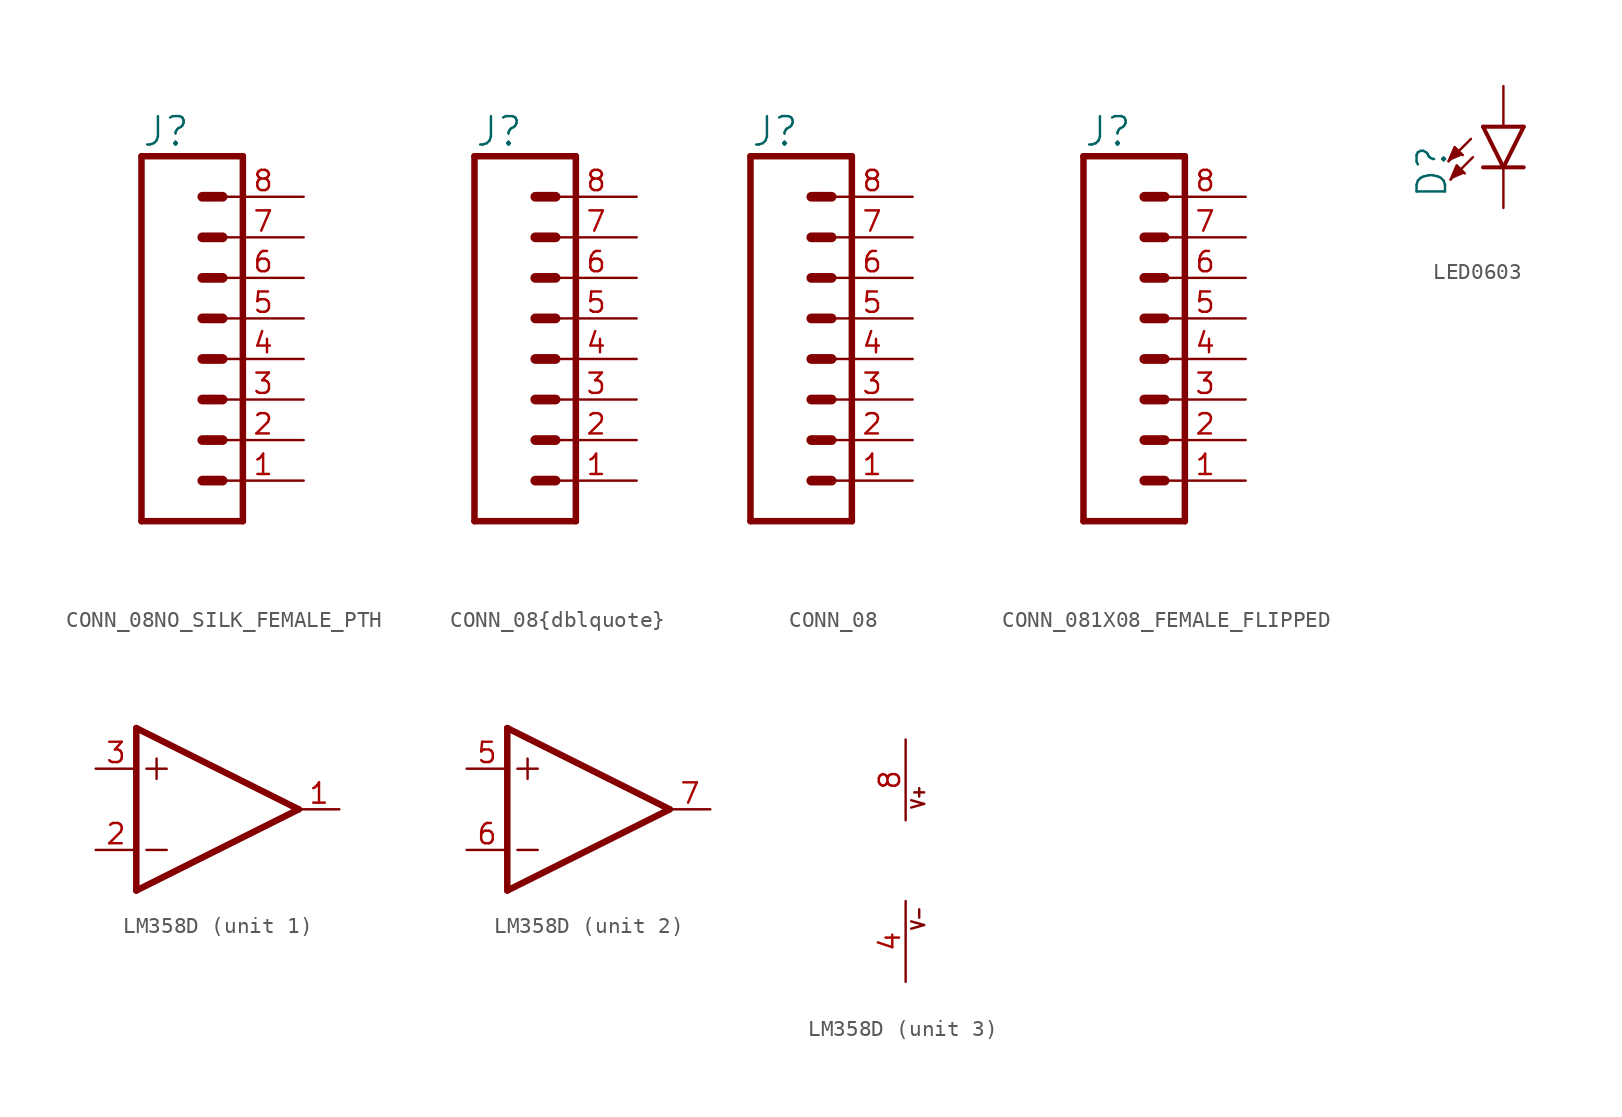
<source format=kicad_sym>
(kicad_symbol_lib
  (version 20241209)
  (generator "kicad_symbol_editor")
  (generator_version "9.0")
  (symbol "CONN_08NO_SILK_FEMALE_PTH"
    (property "Reference" "J"
      (at -5.08 13.208 0)
      (effects (font (size 1.778 1.778)) (justify left bottom)))
    (property "Value" ""
      (at -5.08 -12.446 0)
      (effects (font (size 1.778 1.778)) (justify left bottom)))
    (property "ki_locked" ""
      (at 0 0 0)
      (effects (font (size 1.27 1.27))))
    (symbol "CONN_08NO_SILK_FEMALE_PTH_1_0"
      (polyline (pts (xy -5.08 12.7) (xy -5.08 -10.16)) (stroke (width 0.406) (type solid)) (fill (type none)))
      (polyline (pts (xy -5.08 12.7) (xy 1.27 12.7)) (stroke (width 0.406) (type solid)) (fill (type none)))
      (polyline (pts (xy -1.27 10.16) (xy 0 10.16)) (stroke (width 0.61) (type solid)) (fill (type none)))
      (polyline (pts (xy -1.27 7.62) (xy 0 7.62)) (stroke (width 0.61) (type solid)) (fill (type none)))
      (polyline (pts (xy -1.27 5.08) (xy 0 5.08)) (stroke (width 0.61) (type solid)) (fill (type none)))
      (polyline (pts (xy -1.27 2.54) (xy 0 2.54)) (stroke (width 0.61) (type solid)) (fill (type none)))
      (polyline (pts (xy -1.27 0) (xy 0 0)) (stroke (width 0.61) (type solid)) (fill (type none)))
      (polyline (pts (xy -1.27 -2.54) (xy 0 -2.54)) (stroke (width 0.61) (type solid)) (fill (type none)))
      (polyline (pts (xy -1.27 -5.08) (xy 0 -5.08)) (stroke (width 0.61) (type solid)) (fill (type none)))
      (polyline (pts (xy -1.27 -7.62) (xy 0 -7.62)) (stroke (width 0.61) (type solid)) (fill (type none)))
      (polyline (pts (xy 1.27 -10.16) (xy -5.08 -10.16)) (stroke (width 0.406) (type solid)) (fill (type none)))
      (polyline (pts (xy 1.27 -10.16) (xy 1.27 12.7)) (stroke (width 0.406) (type solid)) (fill (type none)))
      (pin passive line (at 5.08 10.16 180) (length 5.08) (name "8" (effects (font (size 0 0)))) (number "8" (effects (font (size 1.27 1.27)))))
      (pin passive line (at 5.08 7.62 180) (length 5.08) (name "7" (effects (font (size 0 0)))) (number "7" (effects (font (size 1.27 1.27)))))
      (pin passive line (at 5.08 5.08 180) (length 5.08) (name "6" (effects (font (size 0 0)))) (number "6" (effects (font (size 1.27 1.27)))))
      (pin passive line (at 5.08 2.54 180) (length 5.08) (name "5" (effects (font (size 0 0)))) (number "5" (effects (font (size 1.27 1.27)))))
      (pin passive line (at 5.08 0 180) (length 5.08) (name "4" (effects (font (size 0 0)))) (number "4" (effects (font (size 1.27 1.27)))))
      (pin passive line (at 5.08 -2.54 180) (length 5.08) (name "3" (effects (font (size 0 0)))) (number "3" (effects (font (size 1.27 1.27)))))
      (pin passive line (at 5.08 -5.08 180) (length 5.08) (name "2" (effects (font (size 0 0)))) (number "2" (effects (font (size 1.27 1.27)))))
      (pin passive line (at 5.08 -7.62 180) (length 5.08) (name "1" (effects (font (size 0 0)))) (number "1" (effects (font (size 1.27 1.27)))))))
  (symbol "CONN_08{dblquote}"
    (property "Reference" "J"
      (at -5.08 13.208 0)
      (effects (font (size 1.778 1.778)) (justify left bottom)))
    (property "Value" ""
      (at -5.08 -12.446 0)
      (effects (font (size 1.778 1.778)) (justify left bottom)))
    (property "ki_locked" ""
      (at 0 0 0)
      (effects (font (size 1.27 1.27))))
    (symbol "CONN_08{dblquote}_1_0"
      (polyline (pts (xy -5.08 12.7) (xy -5.08 -10.16)) (stroke (width 0.406) (type solid)) (fill (type none)))
      (polyline (pts (xy -5.08 12.7) (xy 1.27 12.7)) (stroke (width 0.406) (type solid)) (fill (type none)))
      (polyline (pts (xy -1.27 10.16) (xy 0 10.16)) (stroke (width 0.61) (type solid)) (fill (type none)))
      (polyline (pts (xy -1.27 7.62) (xy 0 7.62)) (stroke (width 0.61) (type solid)) (fill (type none)))
      (polyline (pts (xy -1.27 5.08) (xy 0 5.08)) (stroke (width 0.61) (type solid)) (fill (type none)))
      (polyline (pts (xy -1.27 2.54) (xy 0 2.54)) (stroke (width 0.61) (type solid)) (fill (type none)))
      (polyline (pts (xy -1.27 0) (xy 0 0)) (stroke (width 0.61) (type solid)) (fill (type none)))
      (polyline (pts (xy -1.27 -2.54) (xy 0 -2.54)) (stroke (width 0.61) (type solid)) (fill (type none)))
      (polyline (pts (xy -1.27 -5.08) (xy 0 -5.08)) (stroke (width 0.61) (type solid)) (fill (type none)))
      (polyline (pts (xy -1.27 -7.62) (xy 0 -7.62)) (stroke (width 0.61) (type solid)) (fill (type none)))
      (polyline (pts (xy 1.27 -10.16) (xy -5.08 -10.16)) (stroke (width 0.406) (type solid)) (fill (type none)))
      (polyline (pts (xy 1.27 -10.16) (xy 1.27 12.7)) (stroke (width 0.406) (type solid)) (fill (type none)))
      (pin passive line (at 5.08 10.16 180) (length 5.08) (name "8" (effects (font (size 0 0)))) (number "8" (effects (font (size 1.27 1.27)))))
      (pin passive line (at 5.08 7.62 180) (length 5.08) (name "7" (effects (font (size 0 0)))) (number "7" (effects (font (size 1.27 1.27)))))
      (pin passive line (at 5.08 5.08 180) (length 5.08) (name "6" (effects (font (size 0 0)))) (number "6" (effects (font (size 1.27 1.27)))))
      (pin passive line (at 5.08 2.54 180) (length 5.08) (name "5" (effects (font (size 0 0)))) (number "5" (effects (font (size 1.27 1.27)))))
      (pin passive line (at 5.08 0 180) (length 5.08) (name "4" (effects (font (size 0 0)))) (number "4" (effects (font (size 1.27 1.27)))))
      (pin passive line (at 5.08 -2.54 180) (length 5.08) (name "3" (effects (font (size 0 0)))) (number "3" (effects (font (size 1.27 1.27)))))
      (pin passive line (at 5.08 -5.08 180) (length 5.08) (name "2" (effects (font (size 0 0)))) (number "2" (effects (font (size 1.27 1.27)))))
      (pin passive line (at 5.08 -7.62 180) (length 5.08) (name "1" (effects (font (size 0 0)))) (number "1" (effects (font (size 1.27 1.27)))))))
  (symbol "CONN_08"
    (property "Reference" "J"
      (at -5.08 13.208 0)
      (effects (font (size 1.778 1.778)) (justify left bottom)))
    (property "Value" ""
      (at -5.08 -12.446 0)
      (effects (font (size 1.778 1.778)) (justify left bottom)))
    (property "ki_locked" ""
      (at 0 0 0)
      (effects (font (size 1.27 1.27))))
    (symbol "CONN_08_1_0"
      (polyline (pts (xy -5.08 12.7) (xy -5.08 -10.16)) (stroke (width 0.406) (type solid)) (fill (type none)))
      (polyline (pts (xy -5.08 12.7) (xy 1.27 12.7)) (stroke (width 0.406) (type solid)) (fill (type none)))
      (polyline (pts (xy -1.27 10.16) (xy 0 10.16)) (stroke (width 0.61) (type solid)) (fill (type none)))
      (polyline (pts (xy -1.27 7.62) (xy 0 7.62)) (stroke (width 0.61) (type solid)) (fill (type none)))
      (polyline (pts (xy -1.27 5.08) (xy 0 5.08)) (stroke (width 0.61) (type solid)) (fill (type none)))
      (polyline (pts (xy -1.27 2.54) (xy 0 2.54)) (stroke (width 0.61) (type solid)) (fill (type none)))
      (polyline (pts (xy -1.27 0) (xy 0 0)) (stroke (width 0.61) (type solid)) (fill (type none)))
      (polyline (pts (xy -1.27 -2.54) (xy 0 -2.54)) (stroke (width 0.61) (type solid)) (fill (type none)))
      (polyline (pts (xy -1.27 -5.08) (xy 0 -5.08)) (stroke (width 0.61) (type solid)) (fill (type none)))
      (polyline (pts (xy -1.27 -7.62) (xy 0 -7.62)) (stroke (width 0.61) (type solid)) (fill (type none)))
      (polyline (pts (xy 1.27 -10.16) (xy -5.08 -10.16)) (stroke (width 0.406) (type solid)) (fill (type none)))
      (polyline (pts (xy 1.27 -10.16) (xy 1.27 12.7)) (stroke (width 0.406) (type solid)) (fill (type none)))
      (pin passive line (at 5.08 10.16 180) (length 5.08) (name "8" (effects (font (size 0 0)))) (number "8" (effects (font (size 1.27 1.27)))))
      (pin passive line (at 5.08 7.62 180) (length 5.08) (name "7" (effects (font (size 0 0)))) (number "7" (effects (font (size 1.27 1.27)))))
      (pin passive line (at 5.08 5.08 180) (length 5.08) (name "6" (effects (font (size 0 0)))) (number "6" (effects (font (size 1.27 1.27)))))
      (pin passive line (at 5.08 2.54 180) (length 5.08) (name "5" (effects (font (size 0 0)))) (number "5" (effects (font (size 1.27 1.27)))))
      (pin passive line (at 5.08 0 180) (length 5.08) (name "4" (effects (font (size 0 0)))) (number "4" (effects (font (size 1.27 1.27)))))
      (pin passive line (at 5.08 -2.54 180) (length 5.08) (name "3" (effects (font (size 0 0)))) (number "3" (effects (font (size 1.27 1.27)))))
      (pin passive line (at 5.08 -5.08 180) (length 5.08) (name "2" (effects (font (size 0 0)))) (number "2" (effects (font (size 1.27 1.27)))))
      (pin passive line (at 5.08 -7.62 180) (length 5.08) (name "1" (effects (font (size 0 0)))) (number "1" (effects (font (size 1.27 1.27)))))))
  (symbol "CONN_081X08_FEMALE_FLIPPED"
    (property "Reference" "J"
      (at -5.08 13.208 0)
      (effects (font (size 1.778 1.778)) (justify left bottom)))
    (property "Value" ""
      (at -5.08 -12.446 0)
      (effects (font (size 1.778 1.778)) (justify left bottom)))
    (property "ki_locked" ""
      (at 0 0 0)
      (effects (font (size 1.27 1.27))))
    (symbol "CONN_081X08_FEMALE_FLIPPED_1_0"
      (polyline (pts (xy -5.08 12.7) (xy -5.08 -10.16)) (stroke (width 0.406) (type solid)) (fill (type none)))
      (polyline (pts (xy -5.08 12.7) (xy 1.27 12.7)) (stroke (width 0.406) (type solid)) (fill (type none)))
      (polyline (pts (xy -1.27 10.16) (xy 0 10.16)) (stroke (width 0.61) (type solid)) (fill (type none)))
      (polyline (pts (xy -1.27 7.62) (xy 0 7.62)) (stroke (width 0.61) (type solid)) (fill (type none)))
      (polyline (pts (xy -1.27 5.08) (xy 0 5.08)) (stroke (width 0.61) (type solid)) (fill (type none)))
      (polyline (pts (xy -1.27 2.54) (xy 0 2.54)) (stroke (width 0.61) (type solid)) (fill (type none)))
      (polyline (pts (xy -1.27 0) (xy 0 0)) (stroke (width 0.61) (type solid)) (fill (type none)))
      (polyline (pts (xy -1.27 -2.54) (xy 0 -2.54)) (stroke (width 0.61) (type solid)) (fill (type none)))
      (polyline (pts (xy -1.27 -5.08) (xy 0 -5.08)) (stroke (width 0.61) (type solid)) (fill (type none)))
      (polyline (pts (xy -1.27 -7.62) (xy 0 -7.62)) (stroke (width 0.61) (type solid)) (fill (type none)))
      (polyline (pts (xy 1.27 -10.16) (xy -5.08 -10.16)) (stroke (width 0.406) (type solid)) (fill (type none)))
      (polyline (pts (xy 1.27 -10.16) (xy 1.27 12.7)) (stroke (width 0.406) (type solid)) (fill (type none)))
      (pin passive line (at 5.08 10.16 180) (length 5.08) (name "8" (effects (font (size 0 0)))) (number "8" (effects (font (size 1.27 1.27)))))
      (pin passive line (at 5.08 7.62 180) (length 5.08) (name "7" (effects (font (size 0 0)))) (number "7" (effects (font (size 1.27 1.27)))))
      (pin passive line (at 5.08 5.08 180) (length 5.08) (name "6" (effects (font (size 0 0)))) (number "6" (effects (font (size 1.27 1.27)))))
      (pin passive line (at 5.08 2.54 180) (length 5.08) (name "5" (effects (font (size 0 0)))) (number "5" (effects (font (size 1.27 1.27)))))
      (pin passive line (at 5.08 0 180) (length 5.08) (name "4" (effects (font (size 0 0)))) (number "4" (effects (font (size 1.27 1.27)))))
      (pin passive line (at 5.08 -2.54 180) (length 5.08) (name "3" (effects (font (size 0 0)))) (number "3" (effects (font (size 1.27 1.27)))))
      (pin passive line (at 5.08 -5.08 180) (length 5.08) (name "2" (effects (font (size 0 0)))) (number "2" (effects (font (size 1.27 1.27)))))
      (pin passive line (at 5.08 -7.62 180) (length 5.08) (name "1" (effects (font (size 0 0)))) (number "1" (effects (font (size 1.27 1.27)))))))
  (symbol "LED0603"
    (property "Reference" "D"
      (at -3.429 -4.572 90)
      (effects (font (size 1.778 1.778)) (justify left bottom)))
    (property "Value" ""
      (at 1.905 -7.112 90)
      (effects (font (size 1.778 1.778)) (justify left top)))
    (property "ki_locked" ""
      (at 0 0 0)
      (effects (font (size 1.27 1.27))))
    (symbol "LED0603_1_0"
      (polyline (pts (xy -3.429 -2.159) (xy -3.048 -1.27) (xy -2.54 -1.778)) (stroke (width 0.152) (type solid)) (fill (type outline)))
      (polyline (pts (xy -3.302 -3.302) (xy -2.921 -2.413) (xy -2.413 -2.921)) (stroke (width 0.152) (type solid)) (fill (type outline)))
      (polyline (pts (xy -2.032 -0.762) (xy -3.429 -2.159)) (stroke (width 0.152) (type solid)) (fill (type none)))
      (polyline (pts (xy -1.905 -1.905) (xy -3.302 -3.302)) (stroke (width 0.152) (type solid)) (fill (type none)))
      (polyline (pts (xy 0 -2.54) (xy -1.27 0)) (stroke (width 0.254) (type solid)) (fill (type none)))
      (polyline (pts (xy 0 -2.54) (xy -1.27 -2.54)) (stroke (width 0.254) (type solid)) (fill (type none)))
      (polyline (pts (xy 1.27 0) (xy -1.27 0)) (stroke (width 0.254) (type solid)) (fill (type none)))
      (polyline (pts (xy 1.27 0) (xy 0 -2.54)) (stroke (width 0.254) (type solid)) (fill (type none)))
      (polyline (pts (xy 1.27 -2.54) (xy 0 -2.54)) (stroke (width 0.254) (type solid)) (fill (type none)))
      (pin passive line (at 0 2.54 270) (length 2.54) (name "A" (effects (font (size 0 0)))) (number "A" (effects (font (size 0 0)))))
      (pin passive line (at 0 -5.08 90) (length 2.54) (name "C" (effects (font (size 0 0)))) (number "C" (effects (font (size 0 0)))))))
  (symbol "LM358D"
    (property "Reference" "IC"
      (at 2.54 3.175 0)
      (effects (font (size 1.778 1.511)) (justify left bottom) (hide yes)))
    (property "ki_locked" ""
      (at 0 0 0)
      (effects (font (size 1.27 1.27))))
    (symbol "LM358D_1_0"
      (polyline (pts (xy -5.08 5.08) (xy -5.08 -5.08)) (stroke (width 0.406) (type solid)) (fill (type none)))
      (polyline (pts (xy -5.08 -5.08) (xy 5.08 0)) (stroke (width 0.406) (type solid)) (fill (type none)))
      (polyline (pts (xy -4.445 2.54) (xy -3.175 2.54)) (stroke (width 0.152) (type solid)) (fill (type none)))
      (polyline (pts (xy -4.445 -2.54) (xy -3.175 -2.54)) (stroke (width 0.152) (type solid)) (fill (type none)))
      (polyline (pts (xy -3.81 3.175) (xy -3.81 1.905)) (stroke (width 0.152) (type solid)) (fill (type none)))
      (polyline (pts (xy 5.08 0) (xy -5.08 5.08)) (stroke (width 0.406) (type solid)) (fill (type none)))
      (pin input line (at -7.62 2.54 0) (length 2.54) (name "+IN" (effects (font (size 0 0)))) (number "3" (effects (font (size 1.27 1.27)))))
      (pin input line (at -7.62 -2.54 0) (length 2.54) (name "-IN" (effects (font (size 0 0)))) (number "2" (effects (font (size 1.27 1.27)))))
      (pin output line (at 7.62 0 180) (length 2.54) (name "OUT" (effects (font (size 0 0)))) (number "1" (effects (font (size 1.27 1.27))))))
    (symbol "LM358D_2_0"
      (polyline (pts (xy -5.08 5.08) (xy -5.08 -5.08)) (stroke (width 0.406) (type solid)) (fill (type none)))
      (polyline (pts (xy -5.08 -5.08) (xy 5.08 0)) (stroke (width 0.406) (type solid)) (fill (type none)))
      (polyline (pts (xy -4.445 2.54) (xy -3.175 2.54)) (stroke (width 0.152) (type solid)) (fill (type none)))
      (polyline (pts (xy -4.445 -2.54) (xy -3.175 -2.54)) (stroke (width 0.152) (type solid)) (fill (type none)))
      (polyline (pts (xy -3.81 3.175) (xy -3.81 1.905)) (stroke (width 0.152) (type solid)) (fill (type none)))
      (polyline (pts (xy 5.08 0) (xy -5.08 5.08)) (stroke (width 0.406) (type solid)) (fill (type none)))
      (pin input line (at -7.62 2.54 0) (length 2.54) (name "+IN" (effects (font (size 0 0)))) (number "5" (effects (font (size 1.27 1.27)))))
      (pin input line (at -7.62 -2.54 0) (length 2.54) (name "-IN" (effects (font (size 0 0)))) (number "6" (effects (font (size 1.27 1.27)))))
      (pin output line (at 7.62 0 180) (length 2.54) (name "OUT" (effects (font (size 0 0)))) (number "7" (effects (font (size 1.27 1.27))))))
    (symbol "LM358D_3_0"
      (text "V+" (at 1.27 3.175 900) (effects (font (size 0.813 0.691)) (justify left bottom)))
      (text "V-" (at 1.27 -4.445 900) (effects (font (size 0.813 0.691)) (justify left bottom)))
      (pin power_in line (at 0 7.62 270) (length 5.08) (name "V+" (effects (font (size 0 0)))) (number "8" (effects (font (size 1.27 1.27)))))
      (pin power_in line (at 0 -7.62 90) (length 5.08) (name "V-" (effects (font (size 0 0)))) (number "4" (effects (font (size 1.27 1.27))))))))
</source>
